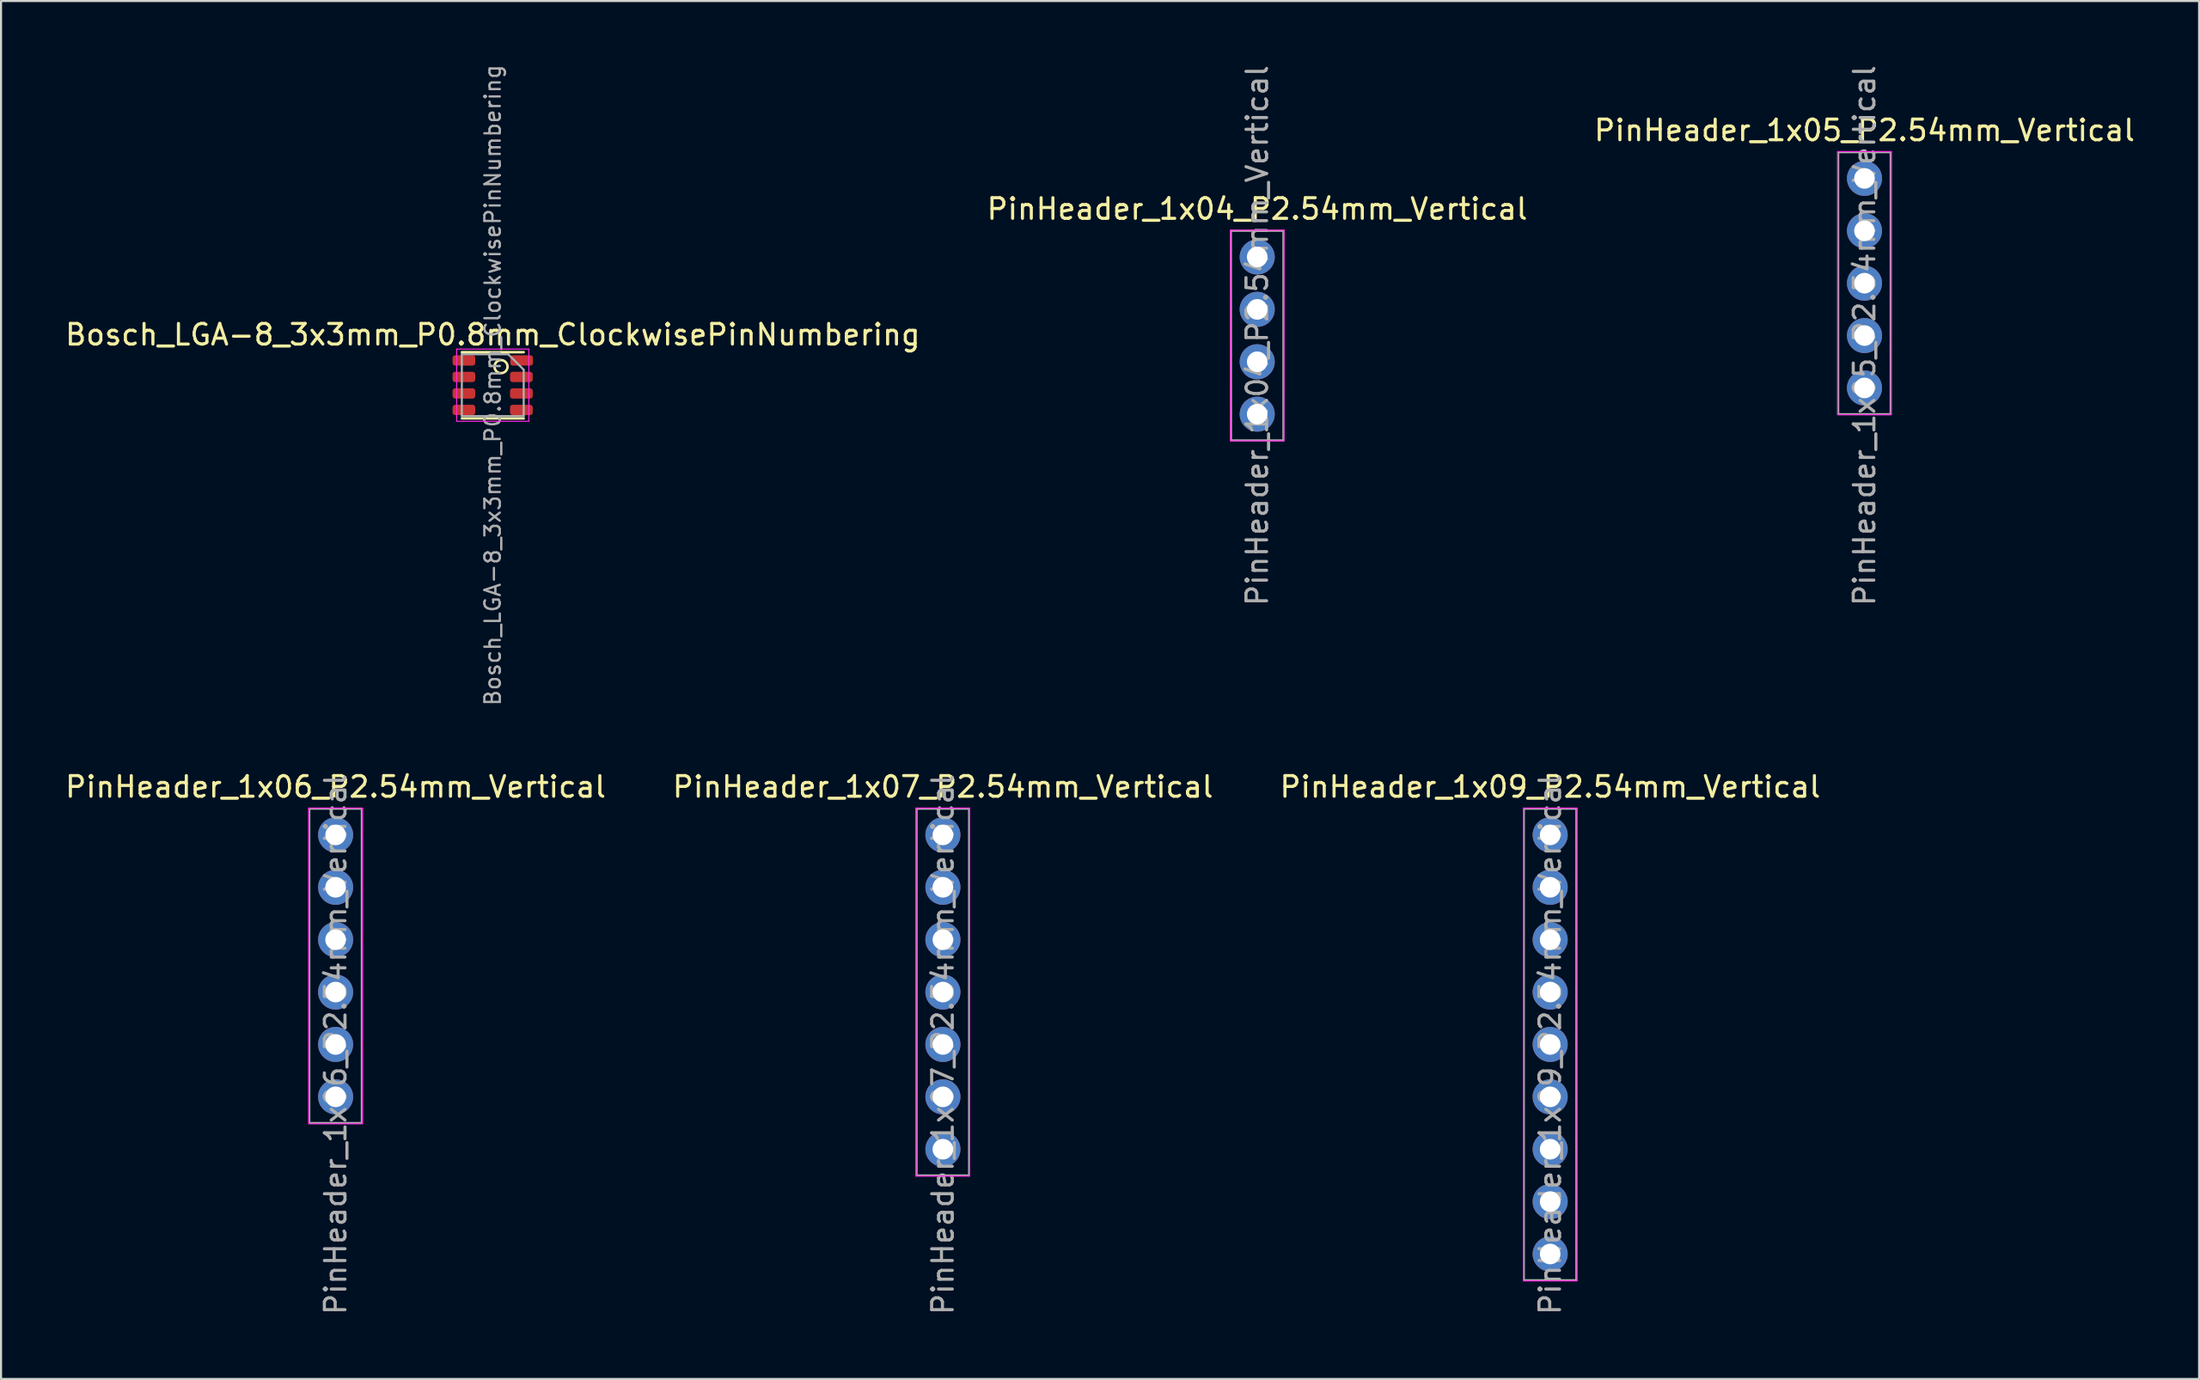
<source format=kicad_pcb>
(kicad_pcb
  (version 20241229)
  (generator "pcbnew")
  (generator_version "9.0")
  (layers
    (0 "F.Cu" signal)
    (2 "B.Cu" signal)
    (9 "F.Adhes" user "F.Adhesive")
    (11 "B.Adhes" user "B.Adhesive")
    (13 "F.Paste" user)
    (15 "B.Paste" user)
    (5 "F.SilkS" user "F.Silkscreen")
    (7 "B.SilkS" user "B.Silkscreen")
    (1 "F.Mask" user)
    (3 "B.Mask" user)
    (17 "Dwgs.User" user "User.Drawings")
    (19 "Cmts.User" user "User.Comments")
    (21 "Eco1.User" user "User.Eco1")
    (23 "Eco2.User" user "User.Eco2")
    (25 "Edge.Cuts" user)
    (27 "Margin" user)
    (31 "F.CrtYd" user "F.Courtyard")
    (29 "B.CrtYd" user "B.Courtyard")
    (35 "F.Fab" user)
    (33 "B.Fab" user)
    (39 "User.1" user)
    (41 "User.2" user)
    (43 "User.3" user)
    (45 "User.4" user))
  (footprint "PinHeader_1x06_P2.54mm_Vertical"
    (layer "F.Cu")
    (at 13.22 37.43)
    (property "Reference" "PinHeader_1x06_P2.54mm_Vertical" (at 0 -2.33 0) (layer "F.SilkS") (effects (font (size 1 1) (thickness 0.15))))
    (attr through_hole)
    (fp_line (start -1.3 -1.3) (end -1.3 14.005) (stroke (width 0.05) (type solid)) (layer "F.CrtYd"))
    (fp_line (start -1.3 14.005) (end 1.3 14.005) (stroke (width 0.05) (type solid)) (layer "F.CrtYd"))
    (fp_line (start 1.3 -1.3) (end -1.3 -1.3) (stroke (width 0.05) (type solid)) (layer "F.CrtYd"))
    (fp_line (start 1.3 14.005) (end 1.3 -1.3) (stroke (width 0.05) (type solid)) (layer "F.CrtYd"))
    (fp_line (start -1.275 -1.27) (end 1.27 -1.27) (stroke (width 0.1) (type solid)) (layer "F.Fab"))
    (fp_line (start -1.275 13.97) (end -1.275 -1.27) (stroke (width 0.1) (type solid)) (layer "F.Fab"))
    (fp_line (start 1.27 -1.27) (end 1.27 13.97) (stroke (width 0.1) (type solid)) (layer "F.Fab"))
    (fp_line (start 1.27 13.97) (end -1.27 13.97) (stroke (width 0.1) (type solid)) (layer "F.Fab"))
    (fp_text user "${REFERENCE}" (at 0 10.16 90) (layer "F.Fab") (effects (font (size 1 1) (thickness 0.15))))
    (pad "1" thru_hole oval (at 0 0) (size 1.7 1.7) (drill 1) (layers "*.Cu" "*.Mask"))
    (pad "2" thru_hole oval (at 0 2.54) (size 1.7 1.7) (drill 1) (layers "*.Cu" "*.Mask"))
    (pad "3" thru_hole oval (at 0 5.08) (size 1.7 1.7) (drill 1) (layers "*.Cu" "*.Mask"))
    (pad "4" thru_hole oval (at 0 7.62) (size 1.7 1.7) (drill 1) (layers "*.Cu" "*.Mask"))
    (pad "5" thru_hole oval (at 0 10.16) (size 1.7 1.7) (drill 1) (layers "*.Cu" "*.Mask"))
    (pad "6" thru_hole oval (at 0 12.7) (size 1.7 1.7) (drill 1) (layers "*.Cu" "*.Mask")))
  (footprint "Bosch_LGA-8_3x3mm_P0.8mm_ClockwisePinNumbering"
    (layer "F.Cu")
    (at 20.839 15.626)
    (property "Reference" "Bosch_LGA-8_3x3mm_P0.8mm_ClockwisePinNumbering" (at 0 -2.45 0) (layer "F.SilkS") (effects (font (size 1 1) (thickness 0.15))))
    (attr smd)
    (fp_line (start 1.5 -1.6) (end -1.5 -1.6) (stroke (width 0.12) (type solid)) (layer "F.SilkS"))
    (fp_line (start 1.5 1.61) (end -1.5 1.61) (stroke (width 0.12) (type solid)) (layer "F.SilkS"))
    (fp_circle (center 0.4 -0.9) (end 0.1 -0.8) (stroke (width 0.12) (type solid)) (fill no) (layer "F.SilkS"))
    (fp_line (start -1.75 -1.75) (end -1.75 1.75) (stroke (width 0.05) (type solid)) (layer "F.CrtYd"))
    (fp_line (start -1.75 1.75) (end 1.75 1.75) (stroke (width 0.05) (type solid)) (layer "F.CrtYd"))
    (fp_line (start 1.75 -1.75) (end -1.75 -1.75) (stroke (width 0.05) (type solid)) (layer "F.CrtYd"))
    (fp_line (start 1.75 1.75) (end 1.75 -1.75) (stroke (width 0.05) (type solid)) (layer "F.CrtYd"))
    (fp_line (start -1.5 -1.5) (end 0.75 -1.5) (stroke (width 0.1) (type solid)) (layer "F.Fab"))
    (fp_line (start -1.5 1.5) (end -1.5 -1.5) (stroke (width 0.1) (type solid)) (layer "F.Fab"))
    (fp_line (start 0.75 -1.5) (end 1.5 -0.75) (stroke (width 0.1) (type solid)) (layer "F.Fab"))
    (fp_line (start 1.5 -0.75) (end 1.5 1.5) (stroke (width 0.1) (type solid)) (layer "F.Fab"))
    (fp_line (start 1.5 1.5) (end -1.5 1.5) (stroke (width 0.1) (type solid)) (layer "F.Fab"))
    (fp_text user "${REFERENCE}" (at 0 0 270) (layer "F.Fab") (effects (font (size 0.75 0.75) (thickness 0.11))))
    (pad "1" smd roundrect (at 1.4 -1.2 270) (size 0.5 1.1) (layers "F.Cu" "F.Mask" "F.Paste") (roundrect_rratio 0.25))
    (pad "2" smd roundrect (at 1.387 -0.4 270) (size 0.5 1.1) (layers "F.Cu" "F.Mask" "F.Paste") (roundrect_rratio 0.25))
    (pad "3" smd roundrect (at 1.387 0.4 270) (size 0.5 1.1) (layers "F.Cu" "F.Mask" "F.Paste") (roundrect_rratio 0.25))
    (pad "4" smd roundrect (at 1.387 1.2 270) (size 0.5 1.1) (layers "F.Cu" "F.Mask" "F.Paste") (roundrect_rratio 0.25))
    (pad "5" smd roundrect (at -1.4 1.2 270) (size 0.5 1.1) (layers "F.Cu" "F.Mask" "F.Paste") (roundrect_rratio 0.25))
    (pad "6" smd roundrect (at -1.4 0.4 270) (size 0.5 1.1) (layers "F.Cu" "F.Mask" "F.Paste") (roundrect_rratio 0.25))
    (pad "7" smd roundrect (at -1.4 -0.4 270) (size 0.5 1.1) (layers "F.Cu" "F.Mask" "F.Paste") (roundrect_rratio 0.25))
    (pad "8" smd roundrect (at -1.4 -1.2 270) (size 0.5 1.1) (layers "F.Cu" "F.Mask" "F.Paste") (roundrect_rratio 0.25)))
  (footprint "PinHeader_1x04_P2.54mm_Vertical"
    (layer "F.Cu")
    (at 57.899 9.41)
    (property "Reference" "PinHeader_1x04_P2.54mm_Vertical" (at 0 -2.33 0) (layer "F.SilkS") (effects (font (size 1 1) (thickness 0.15))))
    (attr through_hole)
    (fp_line (start -1.305 8.915) (end 1.295 8.915) (stroke (width 0.05) (type solid)) (layer "F.CrtYd"))
    (fp_line (start -1.3 -1.3) (end -1.305 8.915) (stroke (width 0.05) (type solid)) (layer "F.CrtYd"))
    (fp_line (start 1.295 8.915) (end 1.3 -1.3) (stroke (width 0.05) (type solid)) (layer "F.CrtYd"))
    (fp_line (start 1.3 -1.3) (end -1.3 -1.3) (stroke (width 0.05) (type solid)) (layer "F.CrtYd"))
    (fp_line (start -1.275 -1.27) (end 1.27 -1.27) (stroke (width 0.1) (type solid)) (layer "F.Fab"))
    (fp_line (start -1.27 8.89) (end -1.275 -1.27) (stroke (width 0.1) (type solid)) (layer "F.Fab"))
    (fp_line (start 1.27 -1.27) (end 1.27 8.89) (stroke (width 0.1) (type solid)) (layer "F.Fab"))
    (fp_line (start 1.27 8.89) (end -1.27 8.89) (stroke (width 0.1) (type solid)) (layer "F.Fab"))
    (fp_text user "${REFERENCE}" (at 0 3.81 90) (layer "F.Fab") (effects (font (size 1 1) (thickness 0.15))))
    (pad "1" thru_hole oval (at 0 0) (size 1.7 1.7) (drill 1) (layers "*.Cu" "*.Mask"))
    (pad "2" thru_hole oval (at 0 2.54) (size 1.7 1.7) (drill 1) (layers "*.Cu" "*.Mask"))
    (pad "3" thru_hole oval (at 0 5.08) (size 1.7 1.7) (drill 1) (layers "*.Cu" "*.Mask"))
    (pad "4" thru_hole oval (at 0 7.62) (size 1.7 1.7) (drill 1) (layers "*.Cu" "*.Mask")))
  (footprint "PinHeader_1x09_P2.54mm_Vertical"
    (layer "F.Cu")
    (at 72.101 37.43)
    (property "Reference" "PinHeader_1x09_P2.54mm_Vertical" (at 0 -2.33 0) (layer "F.SilkS") (effects (font (size 1 1) (thickness 0.15))))
    (attr through_hole)
    (fp_line (start -1.3 -1.3) (end -1.3 21.625) (stroke (width 0.05) (type solid)) (layer "F.CrtYd"))
    (fp_line (start -1.3 21.625) (end 1.3 21.625) (stroke (width 0.05) (type solid)) (layer "F.CrtYd"))
    (fp_line (start 1.3 -1.3) (end -1.3 -1.3) (stroke (width 0.05) (type solid)) (layer "F.CrtYd"))
    (fp_line (start 1.3 21.625) (end 1.3 -1.3) (stroke (width 0.05) (type solid)) (layer "F.CrtYd"))
    (fp_line (start -1.275 -1.27) (end 1.27 -1.27) (stroke (width 0.1) (type solid)) (layer "F.Fab"))
    (fp_line (start -1.275 21.59) (end -1.275 -1.27) (stroke (width 0.1) (type solid)) (layer "F.Fab"))
    (fp_line (start 1.27 -1.27) (end 1.27 21.59) (stroke (width 0.1) (type solid)) (layer "F.Fab"))
    (fp_line (start 1.27 21.59) (end -1.27 21.59) (stroke (width 0.1) (type solid)) (layer "F.Fab"))
    (fp_text user "${REFERENCE}" (at 0 10.16 90) (layer "F.Fab") (effects (font (size 1 1) (thickness 0.15))))
    (pad "1" thru_hole oval (at 0 0) (size 1.7 1.7) (drill 1) (layers "*.Cu" "*.Mask"))
    (pad "2" thru_hole oval (at 0 2.54) (size 1.7 1.7) (drill 1) (layers "*.Cu" "*.Mask"))
    (pad "3" thru_hole oval (at 0 5.08) (size 1.7 1.7) (drill 1) (layers "*.Cu" "*.Mask"))
    (pad "4" thru_hole oval (at 0 7.62) (size 1.7 1.7) (drill 1) (layers "*.Cu" "*.Mask"))
    (pad "5" thru_hole oval (at 0 10.16) (size 1.7 1.7) (drill 1) (layers "*.Cu" "*.Mask"))
    (pad "6" thru_hole oval (at 0 12.7) (size 1.7 1.7) (drill 1) (layers "*.Cu" "*.Mask"))
    (pad "7" thru_hole oval (at 0 15.24) (size 1.7 1.7) (drill 1) (layers "*.Cu" "*.Mask"))
    (pad "8" thru_hole oval (at 0 17.78) (size 1.7 1.7) (drill 1) (layers "*.Cu" "*.Mask"))
    (pad "9" thru_hole oval (at 0 20.32) (size 1.7 1.7) (drill 1) (layers "*.Cu" "*.Mask")))
  (footprint "PinHeader_1x07_P2.54mm_Vertical"
    (layer "F.Cu")
    (at 42.661 37.43)
    (property "Reference" "PinHeader_1x07_P2.54mm_Vertical" (at 0 -2.33 0) (layer "F.SilkS") (effects (font (size 1 1) (thickness 0.15))))
    (attr through_hole)
    (fp_line (start -1.3 -1.3) (end -1.3 16.545) (stroke (width 0.05) (type solid)) (layer "F.CrtYd"))
    (fp_line (start -1.3 16.545) (end 1.3 16.545) (stroke (width 0.05) (type solid)) (layer "F.CrtYd"))
    (fp_line (start 1.3 -1.3) (end -1.3 -1.3) (stroke (width 0.05) (type solid)) (layer "F.CrtYd"))
    (fp_line (start 1.3 16.545) (end 1.3 -1.3) (stroke (width 0.05) (type solid)) (layer "F.CrtYd"))
    (fp_line (start -1.275 -1.27) (end 1.27 -1.27) (stroke (width 0.1) (type solid)) (layer "F.Fab"))
    (fp_line (start -1.275 16.51) (end -1.275 -1.27) (stroke (width 0.1) (type solid)) (layer "F.Fab"))
    (fp_line (start 1.27 -1.27) (end 1.27 16.51) (stroke (width 0.1) (type solid)) (layer "F.Fab"))
    (fp_line (start 1.27 16.51) (end -1.27 16.51) (stroke (width 0.1) (type solid)) (layer "F.Fab"))
    (fp_text user "${REFERENCE}" (at 0 10.16 90) (layer "F.Fab") (effects (font (size 1 1) (thickness 0.15))))
    (pad "1" thru_hole oval (at 0 0) (size 1.7 1.7) (drill 1) (layers "*.Cu" "*.Mask"))
    (pad "2" thru_hole oval (at 0 2.54) (size 1.7 1.7) (drill 1) (layers "*.Cu" "*.Mask"))
    (pad "3" thru_hole oval (at 0 5.08) (size 1.7 1.7) (drill 1) (layers "*.Cu" "*.Mask"))
    (pad "4" thru_hole oval (at 0 7.62) (size 1.7 1.7) (drill 1) (layers "*.Cu" "*.Mask"))
    (pad "5" thru_hole oval (at 0 10.16) (size 1.7 1.7) (drill 1) (layers "*.Cu" "*.Mask"))
    (pad "6" thru_hole oval (at 0 12.7) (size 1.7 1.7) (drill 1) (layers "*.Cu" "*.Mask"))
    (pad "7" thru_hole oval (at 0 15.24) (size 1.7 1.7) (drill 1) (layers "*.Cu" "*.Mask")))
  (footprint "PinHeader_1x05_P2.54mm_Vertical"
    (layer "F.Cu")
    (at 87.339 5.6)
    (property "Reference" "PinHeader_1x05_P2.54mm_Vertical" (at 0 -2.33 0) (layer "F.SilkS") (effects (font (size 1 1) (thickness 0.15))))
    (attr through_hole)
    (fp_line (start -1.3 -1.3) (end -1.3 11.455) (stroke (width 0.05) (type solid)) (layer "F.CrtYd"))
    (fp_line (start -1.3 11.455) (end 1.295 11.455) (stroke (width 0.05) (type solid)) (layer "F.CrtYd"))
    (fp_line (start 1.295 11.455) (end 1.3 -1.3) (stroke (width 0.05) (type solid)) (layer "F.CrtYd"))
    (fp_line (start 1.3 -1.3) (end -1.3 -1.3) (stroke (width 0.05) (type solid)) (layer "F.CrtYd"))
    (fp_line (start -1.275 -1.27) (end 1.27 -1.27) (stroke (width 0.1) (type solid)) (layer "F.Fab"))
    (fp_line (start -1.275 11.43) (end -1.275 -1.27) (stroke (width 0.1) (type solid)) (layer "F.Fab"))
    (fp_line (start 1.27 -1.27) (end 1.27 11.43) (stroke (width 0.1) (type solid)) (layer "F.Fab"))
    (fp_line (start 1.27 11.43) (end -1.27 11.43) (stroke (width 0.1) (type solid)) (layer "F.Fab"))
    (fp_text user "${REFERENCE}" (at 0 7.62 90) (layer "F.Fab") (effects (font (size 1 1) (thickness 0.15))))
    (pad "1" thru_hole oval (at 0 0) (size 1.7 1.7) (drill 1) (layers "*.Cu" "*.Mask"))
    (pad "2" thru_hole oval (at 0 2.54) (size 1.7 1.7) (drill 1) (layers "*.Cu" "*.Mask"))
    (pad "3" thru_hole oval (at 0 5.08) (size 1.7 1.7) (drill 1) (layers "*.Cu" "*.Mask"))
    (pad "4" thru_hole oval (at 0 7.62) (size 1.7 1.7) (drill 1) (layers "*.Cu" "*.Mask"))
    (pad "5" thru_hole oval (at 0 10.16) (size 1.7 1.7) (drill 1) (layers "*.Cu" "*.Mask")))
  (gr_rect
    (start -3 -3)
    (end 103.56 63.81)
    (stroke (width 0.1) (type default))
    (fill no)
    (layer "Edge.Cuts")))
</source>
